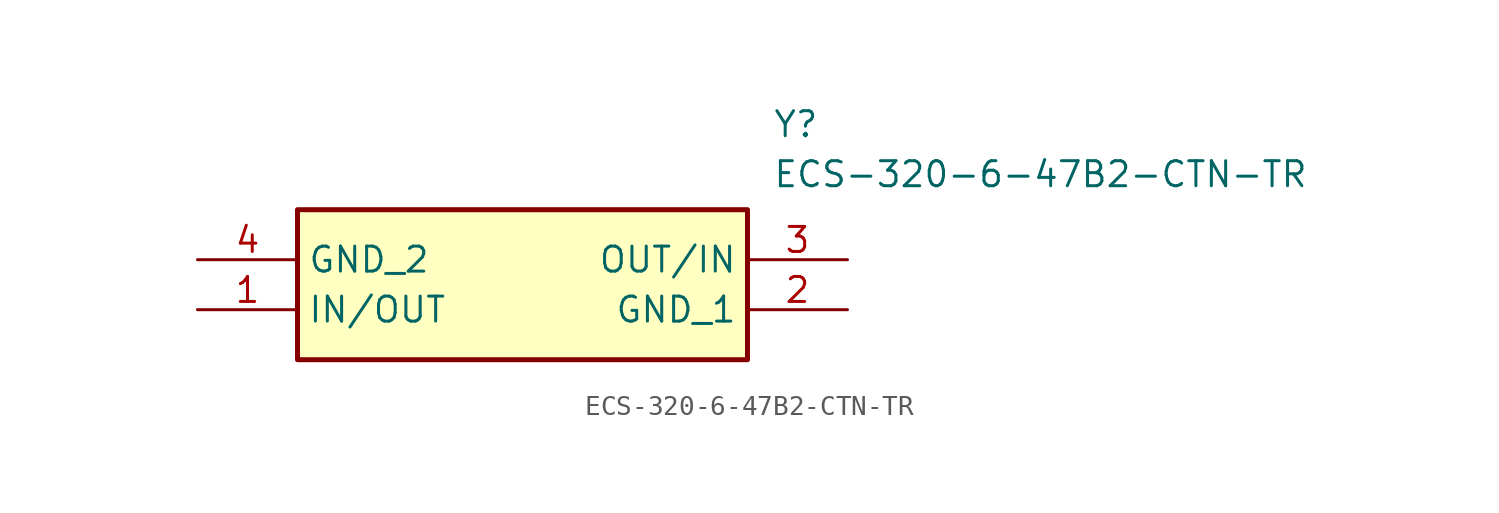
<source format=kicad_sym>
(kicad_symbol_lib
  (version 20211014)
  (generator SamacSys_ECAD_Model)
  (symbol "ECS-320-6-47B2-CTN-TR"
    (property "Reference" "Y"
      (at 29.21 7.62 0)
      (effects (font (size 1.27 1.27)) (justify left top)))
    (property "Value" "ECS-320-6-47B2-CTN-TR"
      (at 29.21 5.08 0)
      (effects (font (size 1.27 1.27)) (justify left top)))
    (rectangle
      (start 5.08 2.54)
      (end 27.94 -5.08)
      (stroke (width 0.254) (type default))
      (fill (type background)))
    (pin passive line
      (at 0 -2.54 0)
      (length 5.08)
      (name "IN/OUT" (effects (font (size 1.27 1.27))))
      (number "1" (effects (font (size 1.27 1.27)))))
    (pin passive line
      (at 33.02 -2.54 180)
      (length 5.08)
      (name "GND_1" (effects (font (size 1.27 1.27))))
      (number "2" (effects (font (size 1.27 1.27)))))
    (pin passive line
      (at 33.02 0 180)
      (length 5.08)
      (name "OUT/IN" (effects (font (size 1.27 1.27))))
      (number "3" (effects (font (size 1.27 1.27)))))
    (pin passive line
      (at 0 0 0)
      (length 5.08)
      (name "GND_2" (effects (font (size 1.27 1.27))))
      (number "4" (effects (font (size 1.27 1.27)))))))
</source>
